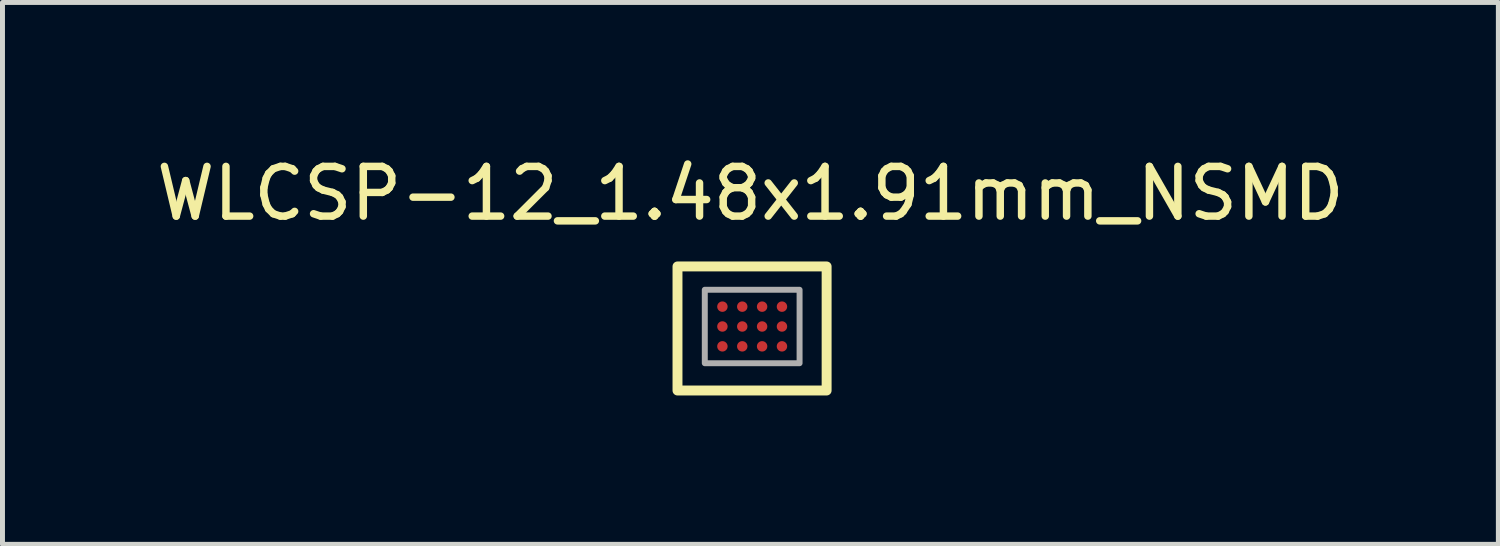
<source format=kicad_pcb>
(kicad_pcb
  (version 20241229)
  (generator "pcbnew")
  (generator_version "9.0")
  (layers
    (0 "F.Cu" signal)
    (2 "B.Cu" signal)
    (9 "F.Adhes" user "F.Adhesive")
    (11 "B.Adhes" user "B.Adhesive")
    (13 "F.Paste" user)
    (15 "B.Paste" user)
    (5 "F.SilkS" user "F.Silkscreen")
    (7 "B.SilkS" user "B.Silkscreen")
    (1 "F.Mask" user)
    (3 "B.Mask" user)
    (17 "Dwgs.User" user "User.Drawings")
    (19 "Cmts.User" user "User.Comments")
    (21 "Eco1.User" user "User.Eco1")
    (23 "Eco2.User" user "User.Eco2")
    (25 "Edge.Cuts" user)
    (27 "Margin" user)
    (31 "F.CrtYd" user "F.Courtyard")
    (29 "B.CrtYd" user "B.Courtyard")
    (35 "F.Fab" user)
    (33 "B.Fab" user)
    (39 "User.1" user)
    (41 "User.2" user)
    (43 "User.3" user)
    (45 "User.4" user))
  (footprint "WLCSP-12_1.48x1.91mm_NSMD"
    (layer "F.Cu")
    (at 12.102 3.539)
    (property "Reference" "WLCSP-12_1.48x1.91mm_NSMD" (at -0.03 -2.69 0) (layer "F.SilkS") (effects (font (size 1.002 1.002) (thickness 0.15))))
    (attr smd)
    (fp_circle (center -0.595 -0.41) (end -0.595 -0.56) (stroke (width 0) (type solid)) (fill yes) (layer "F.Mask"))
    (fp_circle (center -0.595 -0.01) (end -0.595 -0.16) (stroke (width 0) (type solid)) (fill yes) (layer "F.Mask"))
    (fp_circle (center -0.595 0.39) (end -0.595 0.24) (stroke (width 0) (type solid)) (fill yes) (layer "F.Mask"))
    (fp_circle (center -0.195 -0.41) (end -0.195 -0.56) (stroke (width 0) (type solid)) (fill yes) (layer "F.Mask"))
    (fp_circle (center -0.195 -0.01) (end -0.195 -0.16) (stroke (width 0) (type solid)) (fill yes) (layer "F.Mask"))
    (fp_circle (center -0.195 0.39) (end -0.195 0.24) (stroke (width 0) (type solid)) (fill yes) (layer "F.Mask"))
    (fp_circle (center 0.205 -0.41) (end 0.205 -0.56) (stroke (width 0) (type solid)) (fill yes) (layer "F.Mask"))
    (fp_circle (center 0.205 -0.01) (end 0.205 -0.16) (stroke (width 0) (type solid)) (fill yes) (layer "F.Mask"))
    (fp_circle (center 0.205 0.39) (end 0.205 0.24) (stroke (width 0) (type solid)) (fill yes) (layer "F.Mask"))
    (fp_circle (center 0.605 -0.41) (end 0.605 -0.56) (stroke (width 0) (type solid)) (fill yes) (layer "F.Mask"))
    (fp_circle (center 0.605 -0.01) (end 0.605 -0.16) (stroke (width 0) (type solid)) (fill yes) (layer "F.Mask"))
    (fp_circle (center 0.605 0.39) (end 0.605 0.24) (stroke (width 0) (type solid)) (fill yes) (layer "F.Mask"))
    (fp_rect (start -1.5 -1.22) (end 1.505 1.28) (stroke (width 0.2) (type solid)) (fill no) (layer "F.SilkS"))
    (fp_rect (start -0.95 -0.75) (end 0.96 0.73) (stroke (width 0.12) (type solid)) (fill no) (layer "F.Fab"))
    (pad "A1" smd circle (at -0.595 -0.41 90) (size 0.21 0.21) (layers "F.Cu" "F.Mask" "F.Paste"))
    (pad "A2" smd circle (at -0.595 -0.01 90) (size 0.21 0.21) (layers "F.Cu" "F.Mask" "F.Paste"))
    (pad "A3" smd circle (at -0.595 0.39 90) (size 0.21 0.21) (layers "F.Cu" "F.Mask" "F.Paste"))
    (pad "B1" smd circle (at -0.195 -0.41 90) (size 0.21 0.21) (layers "F.Cu" "F.Mask" "F.Paste"))
    (pad "B2" smd circle (at -0.195 -0.01 90) (size 0.21 0.21) (layers "F.Cu" "F.Mask" "F.Paste"))
    (pad "B3" smd circle (at -0.195 0.39 90) (size 0.21 0.21) (layers "F.Cu" "F.Mask" "F.Paste"))
    (pad "C1" smd circle (at 0.205 -0.41 90) (size 0.21 0.21) (layers "F.Cu" "F.Mask" "F.Paste"))
    (pad "C2" smd circle (at 0.205 -0.01 90) (size 0.21 0.21) (layers "F.Cu" "F.Mask" "F.Paste"))
    (pad "C3" smd circle (at 0.205 0.39 90) (size 0.21 0.21) (layers "F.Cu" "F.Mask" "F.Paste"))
    (pad "D1" smd circle (at 0.605 -0.41 90) (size 0.21 0.21) (layers "F.Cu" "F.Mask" "F.Paste"))
    (pad "D2" smd circle (at 0.605 -0.01 90) (size 0.21 0.21) (layers "F.Cu" "F.Mask" "F.Paste"))
    (pad "D3" smd circle (at 0.605 0.39 90) (size 0.21 0.21) (layers "F.Cu" "F.Mask" "F.Paste")))
  (gr_rect
    (start -3 -3)
    (end 27.143 7.919)
    (stroke (width 0.1) (type default))
    (fill no)
    (layer "Edge.Cuts")))
</source>
